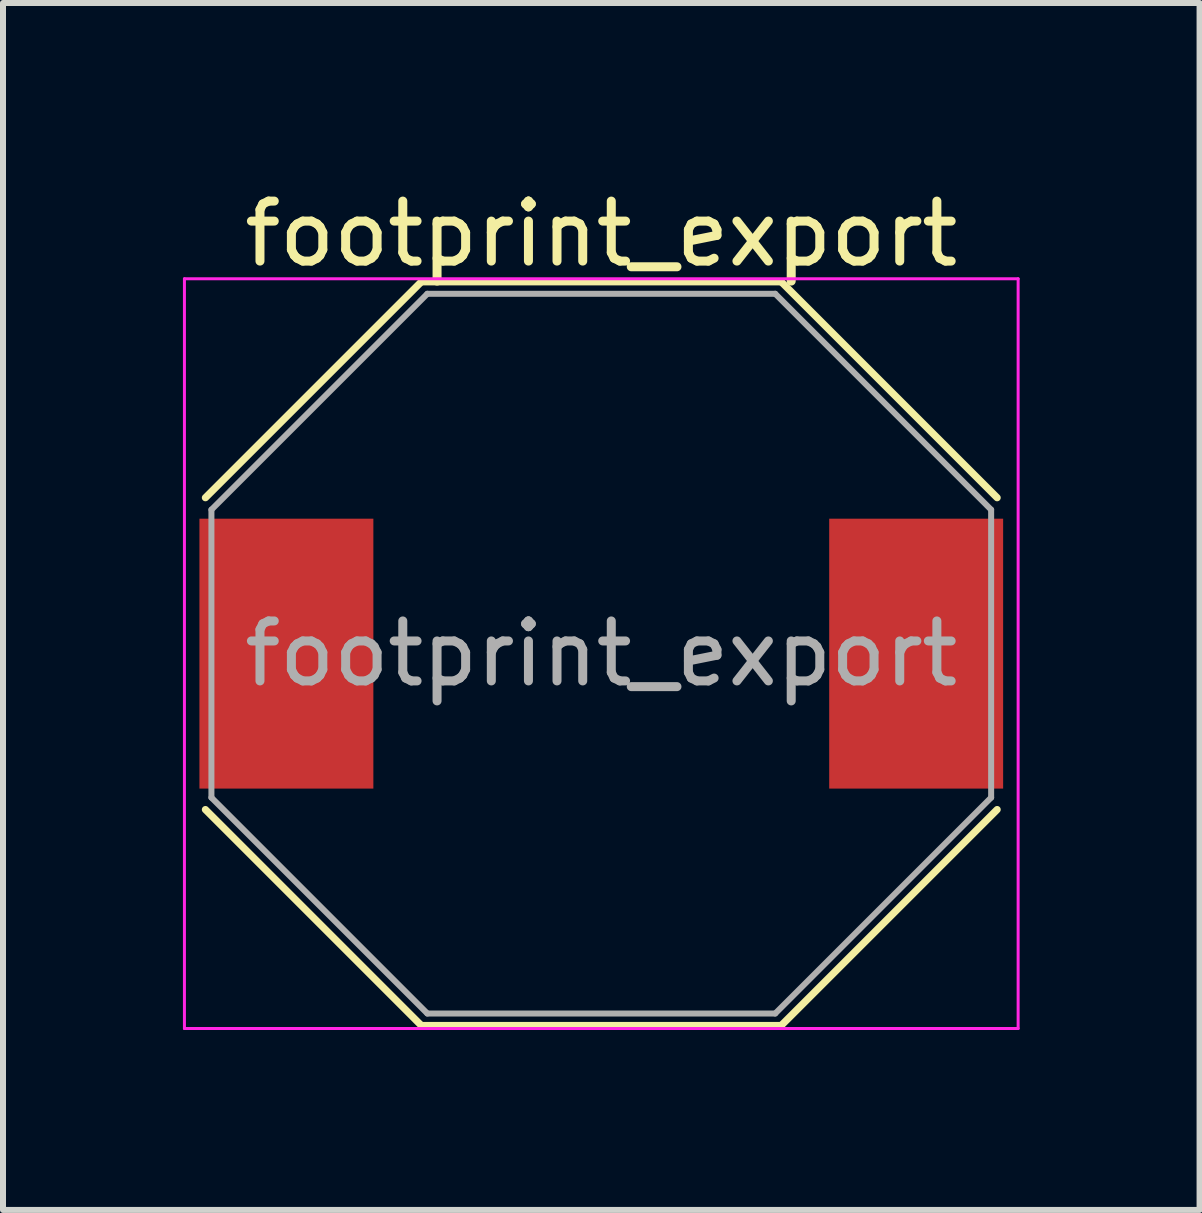
<source format=kicad_pcb>
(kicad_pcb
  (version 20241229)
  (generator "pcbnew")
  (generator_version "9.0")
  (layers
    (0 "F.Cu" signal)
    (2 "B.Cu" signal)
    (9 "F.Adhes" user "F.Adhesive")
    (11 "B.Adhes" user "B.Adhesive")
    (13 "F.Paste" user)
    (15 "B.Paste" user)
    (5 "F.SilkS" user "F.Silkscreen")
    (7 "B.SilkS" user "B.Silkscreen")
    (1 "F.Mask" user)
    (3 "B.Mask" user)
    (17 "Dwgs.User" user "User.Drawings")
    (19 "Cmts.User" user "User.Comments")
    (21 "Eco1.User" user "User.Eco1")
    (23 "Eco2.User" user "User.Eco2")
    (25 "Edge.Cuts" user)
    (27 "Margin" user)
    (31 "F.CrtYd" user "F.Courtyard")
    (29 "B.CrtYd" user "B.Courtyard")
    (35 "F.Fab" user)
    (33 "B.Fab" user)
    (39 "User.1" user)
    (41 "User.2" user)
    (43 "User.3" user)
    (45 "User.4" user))
  (footprint "footprint_export"
    (layer "F.Cu")
    (at 6.975 7.848)
    (property "Reference" "footprint_export" (at 0 -7 0) (layer "F.SilkS") (effects (font (size 1 1) (thickness 0.15))))
    (attr smd)
    (fp_line (start -6.6 -2.6) (end -3 -6.2) (stroke (width 0.12) (type solid)) (layer "F.SilkS"))
    (fp_line (start -3 -6.2) (end 3 -6.2) (stroke (width 0.12) (type solid)) (layer "F.SilkS"))
    (fp_line (start -3 6.2) (end -6.6 2.6) (stroke (width 0.12) (type solid)) (layer "F.SilkS"))
    (fp_line (start 3 -6.2) (end 6.6 -2.6) (stroke (width 0.12) (type solid)) (layer "F.SilkS"))
    (fp_line (start 3 6.2) (end -3 6.2) (stroke (width 0.12) (type solid)) (layer "F.SilkS"))
    (fp_line (start 6.6 2.6) (end 3 6.2) (stroke (width 0.12) (type solid)) (layer "F.SilkS"))
    (fp_line (start -6.95 -6.25) (end -6.95 6.25) (stroke (width 0.05) (type solid)) (layer "F.CrtYd"))
    (fp_line (start -6.95 -6.25) (end 6.95 -6.25) (stroke (width 0.05) (type solid)) (layer "F.CrtYd"))
    (fp_line (start 6.95 6.25) (end -6.95 6.25) (stroke (width 0.05) (type solid)) (layer "F.CrtYd"))
    (fp_line (start 6.95 6.25) (end 6.95 -6.25) (stroke (width 0.05) (type solid)) (layer "F.CrtYd"))
    (fp_line (start -6.5 -2.4) (end -6.5 2.4) (stroke (width 0.1) (type solid)) (layer "F.Fab"))
    (fp_line (start -6.5 -2.4) (end -2.9 -6) (stroke (width 0.1) (type solid)) (layer "F.Fab"))
    (fp_line (start -6.5 2.4) (end -2.9 6) (stroke (width 0.1) (type solid)) (layer "F.Fab"))
    (fp_line (start -2.9 6) (end 2.9 6) (stroke (width 0.1) (type solid)) (layer "F.Fab"))
    (fp_line (start 2.9 -6) (end -2.9 -6) (stroke (width 0.1) (type solid)) (layer "F.Fab"))
    (fp_line (start 2.9 6) (end 6.5 2.4) (stroke (width 0.1) (type solid)) (layer "F.Fab"))
    (fp_line (start 6.5 -2.4) (end 2.9 -6) (stroke (width 0.1) (type solid)) (layer "F.Fab"))
    (fp_line (start 6.5 2.4) (end 6.5 -2.4) (stroke (width 0.1) (type solid)) (layer "F.Fab"))
    (fp_text user "${REFERENCE}" (at 0 0 0) (layer "F.Fab") (effects (font (size 1 1) (thickness 0.15))))
    (pad "1" smd rect (at -5.25 0) (size 2.9 4.5) (layers "F.Cu" "F.Mask" "F.Paste"))
    (pad "2" smd rect (at 5.25 0) (size 2.9 4.5) (layers "F.Cu" "F.Mask" "F.Paste")))
  (gr_rect
    (start -3 -3)
    (end 16.95 17.123)
    (stroke (width 0.1) (type default))
    (fill no)
    (layer "Edge.Cuts")))
</source>
